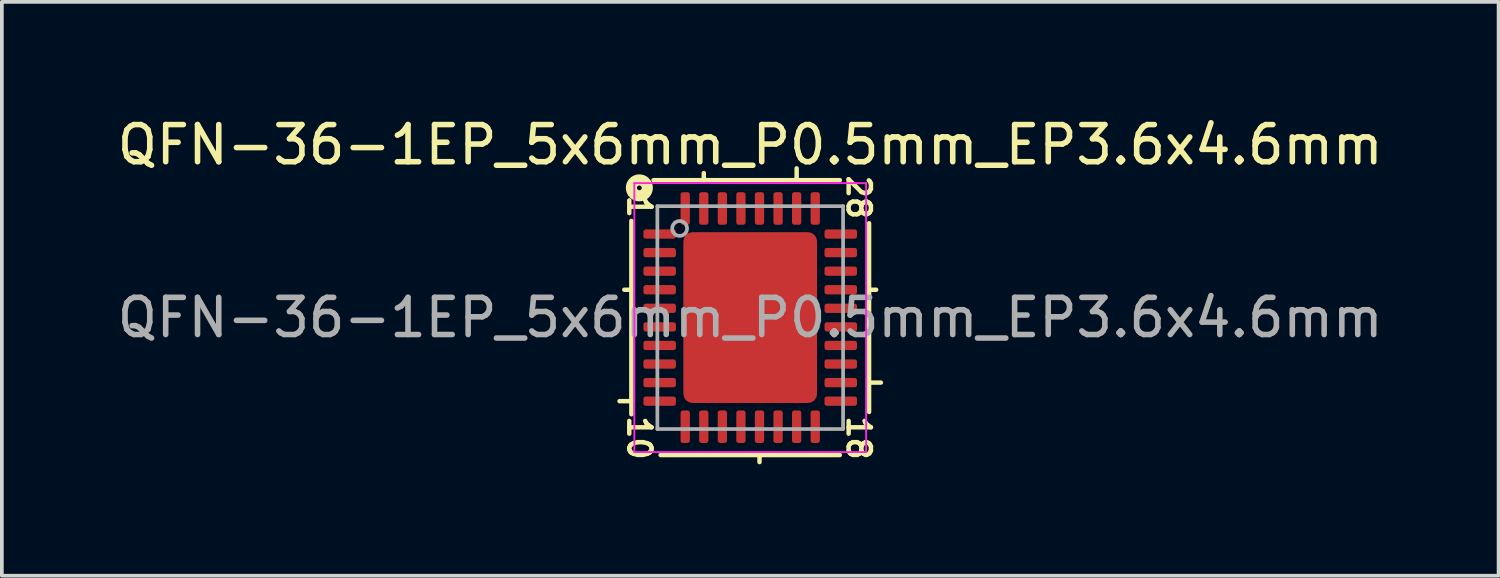
<source format=kicad_pcb>
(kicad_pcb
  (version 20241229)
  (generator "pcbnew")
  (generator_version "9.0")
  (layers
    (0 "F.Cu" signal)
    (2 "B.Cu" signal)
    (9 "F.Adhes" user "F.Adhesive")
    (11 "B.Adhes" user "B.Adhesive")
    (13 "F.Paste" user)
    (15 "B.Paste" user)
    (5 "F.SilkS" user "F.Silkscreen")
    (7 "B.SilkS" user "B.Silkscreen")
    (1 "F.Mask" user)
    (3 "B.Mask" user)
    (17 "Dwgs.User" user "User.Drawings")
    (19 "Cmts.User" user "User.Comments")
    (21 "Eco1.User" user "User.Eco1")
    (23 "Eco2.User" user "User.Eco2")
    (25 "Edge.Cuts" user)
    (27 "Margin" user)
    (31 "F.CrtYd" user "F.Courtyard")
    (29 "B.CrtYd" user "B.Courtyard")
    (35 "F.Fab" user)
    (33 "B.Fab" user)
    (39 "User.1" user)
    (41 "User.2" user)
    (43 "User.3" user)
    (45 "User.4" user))
  (footprint "QFN-36-1EP_5x6mm_P0.5mm_EP3.6x4.6mm"
    (layer "F.Cu")
    (at 17.149 5.501)
    (property "Reference" "QFN-36-1EP_5x6mm_P0.5mm_EP3.6x4.6mm" (at 0 -4.652 0) (layer "F.SilkS") (effects (font (size 1 1) (thickness 0.15))))
    (attr smd)
    (fp_line (start -3.2 -2.603) (end -3.2 2.603) (stroke (width 0.12) (type solid)) (layer "F.SilkS"))
    (fp_line (start -3.2 -0.75) (end -3.39 -0.75) (stroke (width 0.12) (type solid)) (layer "F.SilkS"))
    (fp_line (start -3.2 2.25) (end -3.518 2.25) (stroke (width 0.12) (type solid)) (layer "F.SilkS"))
    (fp_line (start -2.413 3.7) (end 2.413 3.7) (stroke (width 0.12) (type solid)) (layer "F.SilkS"))
    (fp_line (start -1.25 -3.7) (end -1.25 -3.89) (stroke (width 0.12) (type solid)) (layer "F.SilkS"))
    (fp_line (start 0.25 3.7) (end 0.25 3.89) (stroke (width 0.12) (type solid)) (layer "F.SilkS"))
    (fp_line (start 1.25 -3.7) (end 1.25 -4.018) (stroke (width 0.12) (type solid)) (layer "F.SilkS"))
    (fp_line (start 2.413 -3.7) (end -2.603 -3.7) (stroke (width 0.12) (type solid)) (layer "F.SilkS"))
    (fp_line (start 3.2 -0.75) (end 3.39 -0.75) (stroke (width 0.12) (type solid)) (layer "F.SilkS"))
    (fp_line (start 3.2 1.75) (end 3.518 1.75) (stroke (width 0.12) (type solid)) (layer "F.SilkS"))
    (fp_line (start 3.2 2.54) (end 3.2 -2.54) (stroke (width 0.12) (type solid)) (layer "F.SilkS"))
    (fp_circle (center -2.985 -3.493) (end -2.921 -3.493) (stroke (width 0.3) (type solid)) (fill no) (layer "F.SilkS"))
    (fp_line (start -3.12 -3.62) (end -3.12 3.62) (stroke (width 0.05) (type solid)) (layer "F.CrtYd"))
    (fp_line (start -3.12 3.62) (end 3.12 3.62) (stroke (width 0.05) (type solid)) (layer "F.CrtYd"))
    (fp_line (start 3.12 -3.62) (end -3.12 -3.62) (stroke (width 0.05) (type solid)) (layer "F.CrtYd"))
    (fp_line (start 3.12 3.62) (end 3.12 -3.62) (stroke (width 0.05) (type solid)) (layer "F.CrtYd"))
    (fp_line (start -2.5 -3) (end 2.5 -3) (stroke (width 0.1) (type solid)) (layer "F.Fab"))
    (fp_line (start -2.5 3) (end -2.5 -3) (stroke (width 0.1) (type solid)) (layer "F.Fab"))
    (fp_line (start 2.5 -3) (end 2.5 3) (stroke (width 0.1) (type solid)) (layer "F.Fab"))
    (fp_line (start 2.5 3) (end -2.5 3) (stroke (width 0.1) (type solid)) (layer "F.Fab"))
    (fp_circle (center -1.9 -2.4) (end -1.7 -2.4) (stroke (width 0.1) (type solid)) (fill no) (layer "F.Fab"))
    (fp_text user "1" (at -2.985 -2.985 270) (unlocked yes) (layer "F.SilkS") (effects (font (size 0.6 0.6) (thickness 0.12))))
    (fp_text user "18" (at 2.921 3.239 270) (unlocked yes) (layer "F.SilkS") (effects (font (size 0.6 0.6) (thickness 0.12))))
    (fp_text user "10" (at -2.985 3.239 270) (unlocked yes) (layer "F.SilkS") (effects (font (size 0.6 0.6) (thickness 0.12))))
    (fp_text user "28" (at 2.921 -3.239 270) (unlocked yes) (layer "F.SilkS") (effects (font (size 0.6 0.6) (thickness 0.12))))
    (fp_text user "${REFERENCE}" (at 0 0 0) (layer "F.Fab") (effects (font (size 1 1) (thickness 0.15))))
    (pad "" smd roundrect (at -1.2 -1.725) (size 0.97 0.93) (layers "F.Paste") (roundrect_rratio 0.25))
    (pad "" smd roundrect (at -1.2 -0.575) (size 0.97 0.93) (layers "F.Paste") (roundrect_rratio 0.25))
    (pad "" smd roundrect (at -1.2 0.575) (size 0.97 0.93) (layers "F.Paste") (roundrect_rratio 0.25))
    (pad "" smd roundrect (at -1.2 1.725) (size 0.97 0.93) (layers "F.Paste") (roundrect_rratio 0.25))
    (pad "" smd roundrect (at 0 -1.725) (size 0.97 0.93) (layers "F.Paste") (roundrect_rratio 0.25))
    (pad "" smd roundrect (at 0 -0.575) (size 0.97 0.93) (layers "F.Paste") (roundrect_rratio 0.25))
    (pad "" smd roundrect (at 0 0.575) (size 0.97 0.93) (layers "F.Paste") (roundrect_rratio 0.25))
    (pad "" smd roundrect (at 0 1.725) (size 0.97 0.93) (layers "F.Paste") (roundrect_rratio 0.25))
    (pad "" smd roundrect (at 1.2 -1.725) (size 0.97 0.93) (layers "F.Paste") (roundrect_rratio 0.25))
    (pad "" smd roundrect (at 1.2 -0.575) (size 0.97 0.93) (layers "F.Paste") (roundrect_rratio 0.25))
    (pad "" smd roundrect (at 1.2 0.575) (size 0.97 0.93) (layers "F.Paste") (roundrect_rratio 0.25))
    (pad "" smd roundrect (at 1.2 1.725) (size 0.97 0.93) (layers "F.Paste") (roundrect_rratio 0.25))
    (pad "1" smd roundrect (at -2.438 -2.25) (size 0.875 0.25) (layers "F.Cu" "F.Mask" "F.Paste") (roundrect_rratio 0.25))
    (pad "2" smd roundrect (at -2.438 -1.75) (size 0.875 0.25) (layers "F.Cu" "F.Mask" "F.Paste") (roundrect_rratio 0.25))
    (pad "3" smd roundrect (at -2.438 -1.25) (size 0.875 0.25) (layers "F.Cu" "F.Mask" "F.Paste") (roundrect_rratio 0.25))
    (pad "4" smd roundrect (at -2.438 -0.75) (size 0.875 0.25) (layers "F.Cu" "F.Mask" "F.Paste") (roundrect_rratio 0.25))
    (pad "5" smd roundrect (at -2.438 -0.25) (size 0.875 0.25) (layers "F.Cu" "F.Mask" "F.Paste") (roundrect_rratio 0.25))
    (pad "6" smd roundrect (at -2.438 0.25) (size 0.875 0.25) (layers "F.Cu" "F.Mask" "F.Paste") (roundrect_rratio 0.25))
    (pad "7" smd roundrect (at -2.438 0.75) (size 0.875 0.25) (layers "F.Cu" "F.Mask" "F.Paste") (roundrect_rratio 0.25))
    (pad "8" smd roundrect (at -2.438 1.25) (size 0.875 0.25) (layers "F.Cu" "F.Mask" "F.Paste") (roundrect_rratio 0.25))
    (pad "9" smd roundrect (at -2.438 1.75) (size 0.875 0.25) (layers "F.Cu" "F.Mask" "F.Paste") (roundrect_rratio 0.25))
    (pad "10" smd roundrect (at -2.438 2.25) (size 0.875 0.25) (layers "F.Cu" "F.Mask" "F.Paste") (roundrect_rratio 0.25))
    (pad "11" smd roundrect (at -1.75 2.938) (size 0.25 0.875) (layers "F.Cu" "F.Mask" "F.Paste") (roundrect_rratio 0.25))
    (pad "12" smd roundrect (at -1.25 2.938) (size 0.25 0.875) (layers "F.Cu" "F.Mask" "F.Paste") (roundrect_rratio 0.25))
    (pad "13" smd roundrect (at -0.75 2.938) (size 0.25 0.875) (layers "F.Cu" "F.Mask" "F.Paste") (roundrect_rratio 0.25))
    (pad "14" smd roundrect (at -0.25 2.938) (size 0.25 0.875) (layers "F.Cu" "F.Mask" "F.Paste") (roundrect_rratio 0.25))
    (pad "15" smd roundrect (at 0.25 2.938) (size 0.25 0.875) (layers "F.Cu" "F.Mask" "F.Paste") (roundrect_rratio 0.25))
    (pad "16" smd roundrect (at 0.75 2.938) (size 0.25 0.875) (layers "F.Cu" "F.Mask" "F.Paste") (roundrect_rratio 0.25))
    (pad "17" smd roundrect (at 1.25 2.938) (size 0.25 0.875) (layers "F.Cu" "F.Mask" "F.Paste") (roundrect_rratio 0.25))
    (pad "18" smd roundrect (at 1.75 2.938) (size 0.25 0.875) (layers "F.Cu" "F.Mask" "F.Paste") (roundrect_rratio 0.25))
    (pad "19" smd roundrect (at 2.438 2.25) (size 0.875 0.25) (layers "F.Cu" "F.Mask" "F.Paste") (roundrect_rratio 0.25))
    (pad "20" smd roundrect (at 2.438 1.75) (size 0.875 0.25) (layers "F.Cu" "F.Mask" "F.Paste") (roundrect_rratio 0.25))
    (pad "21" smd roundrect (at 2.438 1.25) (size 0.875 0.25) (layers "F.Cu" "F.Mask" "F.Paste") (roundrect_rratio 0.25))
    (pad "22" smd roundrect (at 2.438 0.75) (size 0.875 0.25) (layers "F.Cu" "F.Mask" "F.Paste") (roundrect_rratio 0.25))
    (pad "23" smd roundrect (at 2.438 0.25) (size 0.875 0.25) (layers "F.Cu" "F.Mask" "F.Paste") (roundrect_rratio 0.25))
    (pad "24" smd roundrect (at 2.438 -0.25) (size 0.875 0.25) (layers "F.Cu" "F.Mask" "F.Paste") (roundrect_rratio 0.25))
    (pad "25" smd roundrect (at 2.438 -0.75) (size 0.875 0.25) (layers "F.Cu" "F.Mask" "F.Paste") (roundrect_rratio 0.25))
    (pad "26" smd roundrect (at 2.438 -1.25) (size 0.875 0.25) (layers "F.Cu" "F.Mask" "F.Paste") (roundrect_rratio 0.25))
    (pad "27" smd roundrect (at 2.438 -1.75) (size 0.875 0.25) (layers "F.Cu" "F.Mask" "F.Paste") (roundrect_rratio 0.25))
    (pad "28" smd roundrect (at 2.438 -2.25) (size 0.875 0.25) (layers "F.Cu" "F.Mask" "F.Paste") (roundrect_rratio 0.25))
    (pad "29" smd roundrect (at 1.75 -2.938) (size 0.25 0.875) (layers "F.Cu" "F.Mask" "F.Paste") (roundrect_rratio 0.25))
    (pad "30" smd roundrect (at 1.25 -2.938) (size 0.25 0.875) (layers "F.Cu" "F.Mask" "F.Paste") (roundrect_rratio 0.25))
    (pad "31" smd roundrect (at 0.75 -2.938) (size 0.25 0.875) (layers "F.Cu" "F.Mask" "F.Paste") (roundrect_rratio 0.25))
    (pad "32" smd roundrect (at 0.25 -2.938) (size 0.25 0.875) (layers "F.Cu" "F.Mask" "F.Paste") (roundrect_rratio 0.25))
    (pad "33" smd roundrect (at -0.25 -2.938) (size 0.25 0.875) (layers "F.Cu" "F.Mask" "F.Paste") (roundrect_rratio 0.25))
    (pad "34" smd roundrect (at -0.75 -2.938) (size 0.25 0.875) (layers "F.Cu" "F.Mask" "F.Paste") (roundrect_rratio 0.25))
    (pad "35" smd roundrect (at -1.25 -2.938) (size 0.25 0.875) (layers "F.Cu" "F.Mask" "F.Paste") (roundrect_rratio 0.25))
    (pad "36" smd roundrect (at -1.75 -2.938) (size 0.25 0.875) (layers "F.Cu" "F.Mask" "F.Paste") (roundrect_rratio 0.25))
    (pad "37" smd roundrect (at 0 0) (size 3.6 4.6) (layers "F.Cu" "F.Mask") (roundrect_rratio 0.069)))
  (gr_rect
    (start -3 -3)
    (end 37.298 12.451)
    (stroke (width 0.1) (type default))
    (fill no)
    (layer "Edge.Cuts")))
</source>
